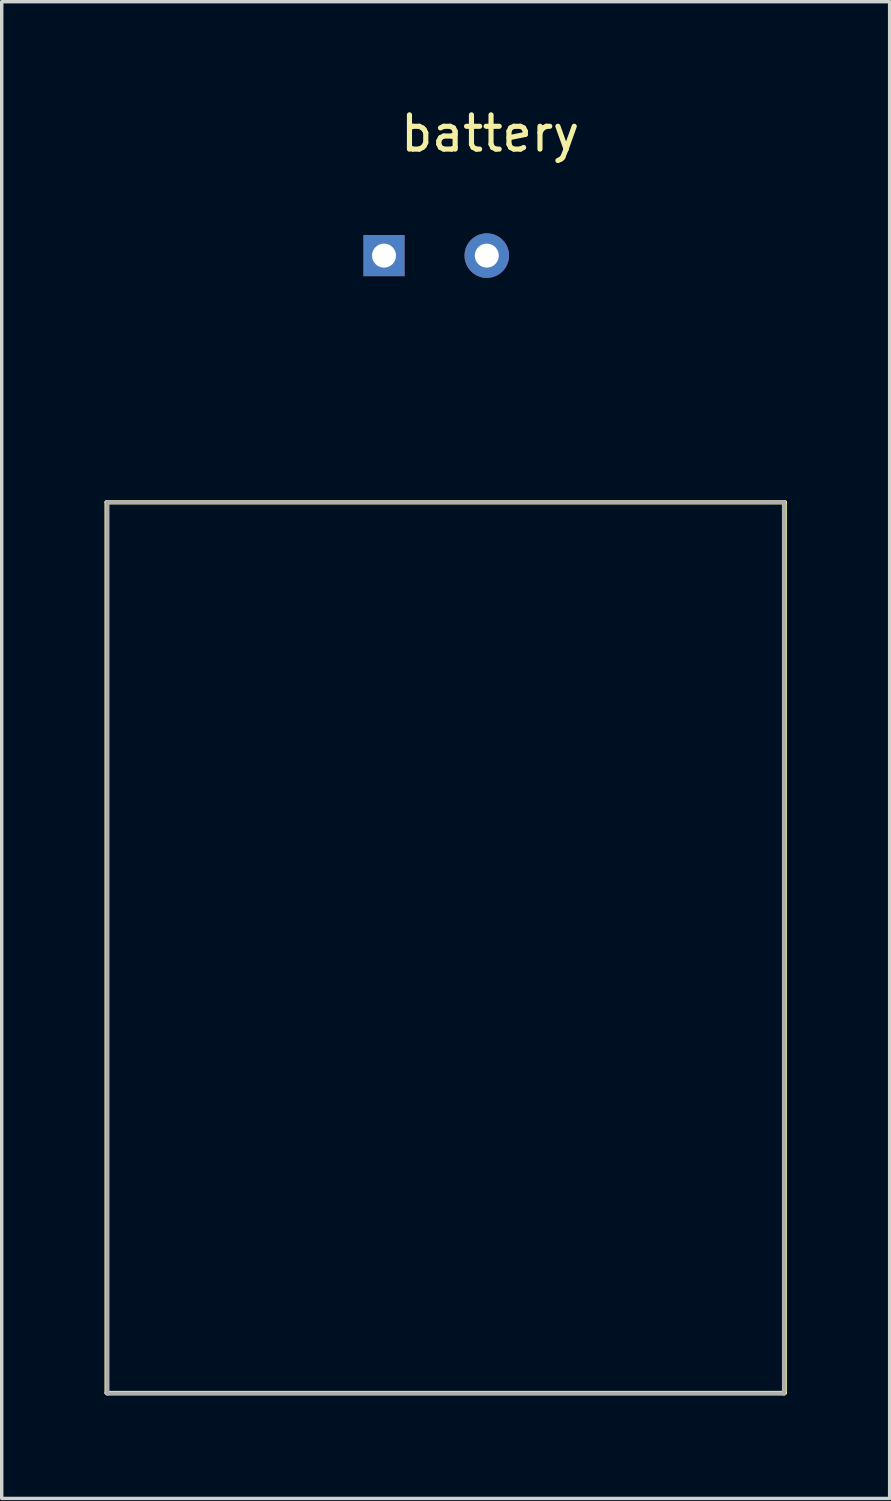
<source format=kicad_pcb>
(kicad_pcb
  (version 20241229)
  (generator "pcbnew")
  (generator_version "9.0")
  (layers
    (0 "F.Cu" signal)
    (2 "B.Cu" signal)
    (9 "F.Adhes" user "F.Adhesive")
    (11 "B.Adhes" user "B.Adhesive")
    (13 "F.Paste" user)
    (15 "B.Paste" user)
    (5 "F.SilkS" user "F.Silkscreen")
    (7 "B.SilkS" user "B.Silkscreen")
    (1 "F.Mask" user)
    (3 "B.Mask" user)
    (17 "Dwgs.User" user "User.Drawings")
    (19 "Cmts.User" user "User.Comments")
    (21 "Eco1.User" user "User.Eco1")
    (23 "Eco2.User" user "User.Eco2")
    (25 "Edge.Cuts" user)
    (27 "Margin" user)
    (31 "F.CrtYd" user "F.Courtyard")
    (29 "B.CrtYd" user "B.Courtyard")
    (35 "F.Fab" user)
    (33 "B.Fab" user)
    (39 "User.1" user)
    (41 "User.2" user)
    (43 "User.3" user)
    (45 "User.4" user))
  (footprint "battery"
    (layer "F.Cu")
    (at 9.66 4.412)
    (property "Reference" "battery" (at 1.6 -3.564 0) (layer "F.SilkS") (effects (font (size 1 1) (thickness 0.15))))
    (attr through_hole)
    (fp_line (start -9.6 7.2) (end 10.2 7.2) (stroke (width 0.12) (type solid)) (layer "F.SilkS"))
    (fp_line (start -9.6 33.2) (end -9.6 7.2) (stroke (width 0.12) (type solid)) (layer "F.SilkS"))
    (fp_line (start 10.2 7.2) (end 10.2 33.2) (stroke (width 0.12) (type solid)) (layer "F.SilkS"))
    (fp_line (start 10.2 33.2) (end -9.6 33.2) (stroke (width 0.12) (type solid)) (layer "F.SilkS"))
    (fp_line (start -9.575 7.2) (end 10.175 7.2) (stroke (width 0.12) (type solid)) (layer "F.Fab"))
    (fp_line (start -9.575 33.22) (end -9.575 7.2) (stroke (width 0.12) (type solid)) (layer "F.Fab"))
    (fp_line (start 10.175 7.2) (end 10.175 33.22) (stroke (width 0.12) (type solid)) (layer "F.Fab"))
    (fp_line (start 10.175 33.22) (end -9.575 33.22) (stroke (width 0.12) (type solid)) (layer "F.Fab"))
    (pad "1" thru_hole rect (at -1.5 0) (size 1.2 1.2) (drill 0.7) (layers "*.Cu" "*.Mask"))
    (pad "2" thru_hole circle (at 1.5 0) (size 1.3 1.3) (drill 0.7) (layers "*.Cu" "*.Mask")))
  (gr_rect
    (start -3 -3)
    (end 22.92 40.692)
    (stroke (width 0.1) (type default))
    (fill no)
    (layer "Edge.Cuts")))
</source>
